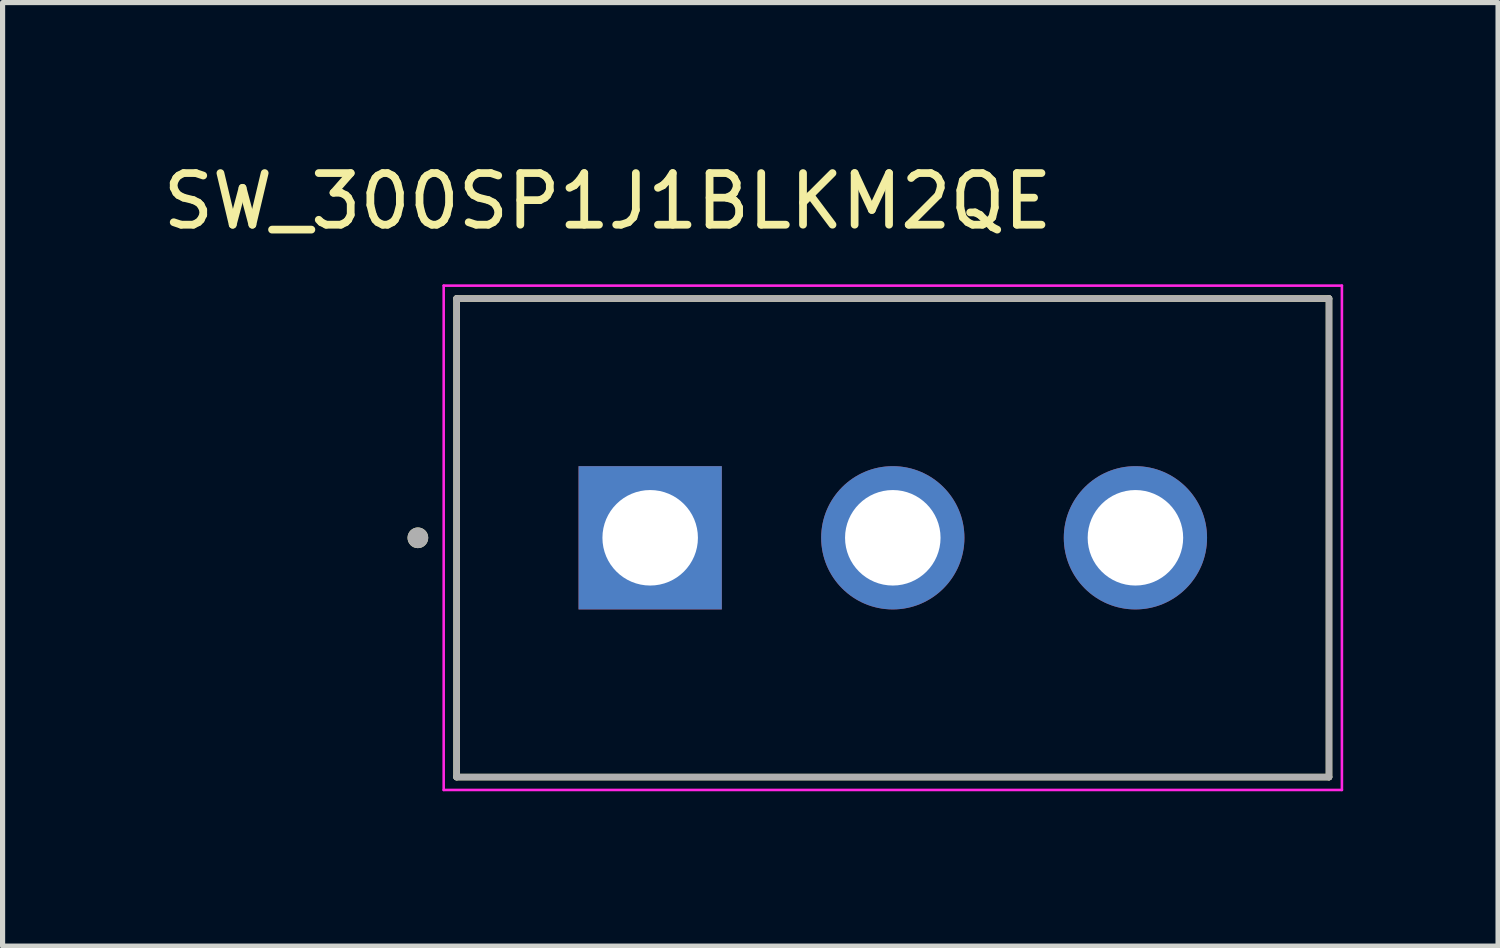
<source format=kicad_pcb>
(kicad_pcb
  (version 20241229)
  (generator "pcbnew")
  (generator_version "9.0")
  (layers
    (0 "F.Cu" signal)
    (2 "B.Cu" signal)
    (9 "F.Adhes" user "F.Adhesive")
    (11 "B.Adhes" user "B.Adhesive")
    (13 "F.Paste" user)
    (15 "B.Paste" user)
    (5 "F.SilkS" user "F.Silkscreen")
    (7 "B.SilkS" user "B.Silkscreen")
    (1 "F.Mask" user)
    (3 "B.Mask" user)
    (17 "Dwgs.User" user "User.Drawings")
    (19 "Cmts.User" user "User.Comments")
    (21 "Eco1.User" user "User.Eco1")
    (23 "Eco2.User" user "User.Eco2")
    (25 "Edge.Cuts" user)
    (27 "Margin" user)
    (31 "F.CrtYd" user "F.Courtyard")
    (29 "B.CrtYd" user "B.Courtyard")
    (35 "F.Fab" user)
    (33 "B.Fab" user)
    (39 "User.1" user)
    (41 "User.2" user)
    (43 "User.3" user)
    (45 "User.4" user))
  (footprint "SW_300SP1J1BLKM2QE"
    (layer "F.Cu")
    (at 14.245 7.368)
    (property "Reference" "SW_300SP1J1BLKM2QE" (at -5.525 -6.52 0) (layer "F.SilkS") (effects (font (size 1 1) (thickness 0.15))))
    (attr through_hole)
    (fp_line (start -8.45 -4.635) (end -8.45 4.635) (stroke (width 0.127) (type solid)) (layer "F.SilkS"))
    (fp_line (start -8.45 4.635) (end 8.45 4.635) (stroke (width 0.127) (type solid)) (layer "F.SilkS"))
    (fp_line (start 8.45 -4.635) (end -8.45 -4.635) (stroke (width 0.127) (type solid)) (layer "F.SilkS"))
    (fp_line (start 8.45 4.635) (end 8.45 -4.635) (stroke (width 0.127) (type solid)) (layer "F.SilkS"))
    (fp_circle (center -9.2 0) (end -9.1 0) (stroke (width 0.2) (type solid)) (fill no) (layer "F.SilkS"))
    (fp_line (start -8.7 -4.885) (end -8.7 4.885) (stroke (width 0.05) (type solid)) (layer "F.CrtYd"))
    (fp_line (start -8.7 4.885) (end 8.7 4.885) (stroke (width 0.05) (type solid)) (layer "F.CrtYd"))
    (fp_line (start 8.7 -4.885) (end -8.7 -4.885) (stroke (width 0.05) (type solid)) (layer "F.CrtYd"))
    (fp_line (start 8.7 4.885) (end 8.7 -4.885) (stroke (width 0.05) (type solid)) (layer "F.CrtYd"))
    (fp_line (start -8.45 -4.635) (end -8.45 4.635) (stroke (width 0.127) (type solid)) (layer "F.Fab"))
    (fp_line (start -8.45 4.635) (end 8.45 4.635) (stroke (width 0.127) (type solid)) (layer "F.Fab"))
    (fp_line (start 8.45 -4.635) (end -8.45 -4.635) (stroke (width 0.127) (type solid)) (layer "F.Fab"))
    (fp_line (start 8.45 4.635) (end 8.45 -4.635) (stroke (width 0.127) (type solid)) (layer "F.Fab"))
    (fp_circle (center -9.2 0) (end -9.1 0) (stroke (width 0.2) (type solid)) (fill no) (layer "F.Fab"))
    (pad "1" thru_hole rect (at -4.7 0) (size 2.775 2.775) (drill 1.85) (layers "*.Cu" "*.Mask"))
    (pad "2" thru_hole circle (at 0 0) (size 2.775 2.775) (drill 1.85) (layers "*.Cu" "*.Mask"))
    (pad "3" thru_hole circle (at 4.7 0) (size 2.775 2.775) (drill 1.85) (layers "*.Cu" "*.Mask")))
  (gr_rect
    (start -3 -3)
    (end 25.97 15.278)
    (stroke (width 0.1) (type default))
    (fill no)
    (layer "Edge.Cuts")))
</source>
